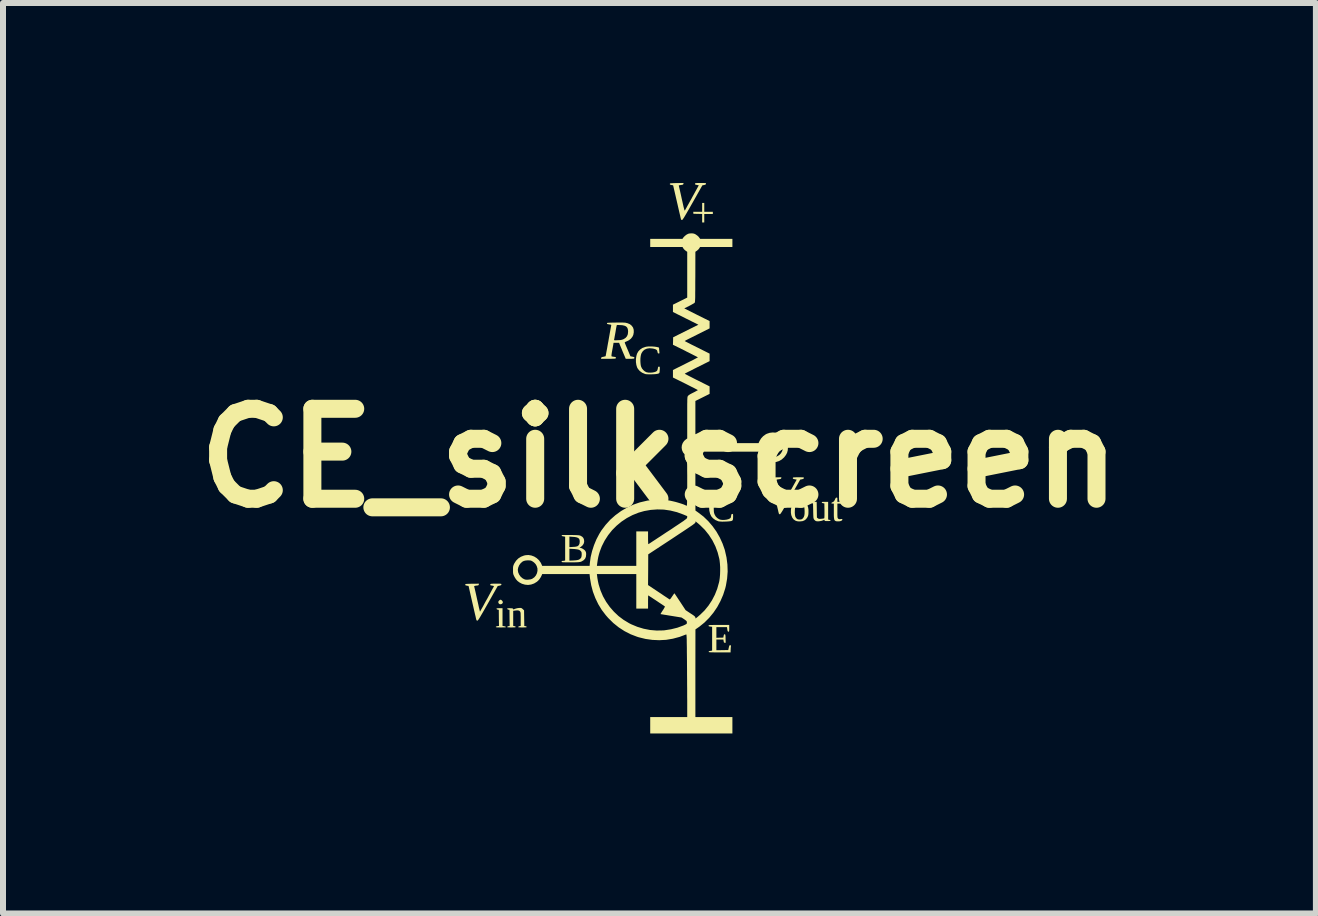
<source format=kicad_pcb>
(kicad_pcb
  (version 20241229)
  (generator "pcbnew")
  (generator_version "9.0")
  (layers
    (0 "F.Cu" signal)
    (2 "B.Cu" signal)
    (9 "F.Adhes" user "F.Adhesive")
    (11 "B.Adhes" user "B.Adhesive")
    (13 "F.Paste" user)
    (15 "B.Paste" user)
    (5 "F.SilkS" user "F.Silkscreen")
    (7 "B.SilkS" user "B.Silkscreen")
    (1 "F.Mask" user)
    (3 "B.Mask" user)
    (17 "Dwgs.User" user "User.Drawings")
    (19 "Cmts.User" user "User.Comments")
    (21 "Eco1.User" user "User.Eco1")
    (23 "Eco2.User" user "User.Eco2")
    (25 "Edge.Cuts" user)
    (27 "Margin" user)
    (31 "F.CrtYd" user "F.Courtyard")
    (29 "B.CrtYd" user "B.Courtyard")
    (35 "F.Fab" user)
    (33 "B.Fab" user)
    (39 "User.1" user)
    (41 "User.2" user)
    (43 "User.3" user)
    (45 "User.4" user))
  (footprint "CE_silkscreen"
    (layer "F.Cu")
    (at 7.943 4.586)
    (property "Reference" "CE_silkscreen" (at 0 0 0) (layer "F.SilkS") (effects (font (size 1.5 1.5) (thickness 0.3))))
    (attr board_only exclude_from_pos_files exclude_from_bom)
    (fp_poly (pts (xy -2.636 2.366) (xy -2.623 2.377) (xy -2.614 2.391) (xy -2.61 2.402) (xy -2.615 2.419) (xy -2.628 2.431) (xy -2.644 2.437) (xy -2.662 2.436) (xy -2.676 2.427) (xy -2.678 2.425) (xy -2.685 2.41) (xy -2.687 2.399) (xy -2.682 2.386) (xy -2.671 2.373) (xy -2.657 2.363) (xy -2.647 2.361)) (stroke (width 0) (type solid)) (fill yes) (layer "F.SilkS"))
    (fp_poly (pts (xy 0.747 -4.179) (xy 0.747 -4.105) (xy 0.819 -4.105) (xy 0.89 -4.105) (xy 0.89 -4.087) (xy 0.89 -4.069) (xy 0.819 -4.069) (xy 0.747 -4.069) (xy 0.747 -3.998) (xy 0.747 -3.927) (xy 0.73 -3.927) (xy 0.712 -3.927) (xy 0.712 -3.998) (xy 0.712 -4.069) (xy 0.639 -4.071) (xy 0.566 -4.072) (xy 0.565 -4.088) (xy 0.563 -4.105) (xy 0.637 -4.105) (xy 0.712 -4.105) (xy 0.712 -4.179) (xy 0.712 -4.253) (xy 0.73 -4.253) (xy 0.747 -4.253)) (stroke (width 0) (type solid)) (fill yes) (layer "F.SilkS"))
    (fp_poly (pts (xy -2.616 2.651) (xy -2.616 2.798) (xy -2.588 2.803) (xy -2.571 2.808) (xy -2.56 2.814) (xy -2.558 2.816) (xy -2.56 2.819) (xy -2.568 2.821) (xy -2.585 2.823) (xy -2.61 2.823) (xy -2.642 2.824) (xy -2.677 2.823) (xy -2.701 2.823) (xy -2.717 2.821) (xy -2.725 2.819) (xy -2.728 2.816) (xy -2.729 2.815) (xy -2.723 2.808) (xy -2.706 2.803) (xy -2.702 2.802) (xy -2.675 2.798) (xy -2.677 2.664) (xy -2.678 2.53) (xy -2.696 2.527) (xy -2.71 2.521) (xy -2.716 2.514) (xy -2.715 2.509) (xy -2.711 2.505) (xy -2.7 2.504) (xy -2.68 2.503) (xy -2.667 2.503) (xy -2.616 2.503)) (stroke (width 0) (type solid)) (fill yes) (layer "F.SilkS"))
    (fp_poly (pts (xy 2.96 0.659) (xy 2.964 0.664) (xy 2.966 0.675) (xy 2.966 0.694) (xy 2.966 0.73) (xy 3.001 0.73) (xy 3.021 0.73) (xy 3.032 0.732) (xy 3.036 0.736) (xy 3.037 0.744) (xy 3.037 0.744) (xy 3.036 0.753) (xy 3.032 0.757) (xy 3.022 0.759) (xy 3.003 0.759) (xy 3.001 0.759) (xy 2.966 0.759) (xy 2.966 0.878) (xy 2.966 0.918) (xy 2.966 0.949) (xy 2.967 0.971) (xy 2.968 0.986) (xy 2.97 0.996) (xy 2.973 1.002) (xy 2.977 1.007) (xy 2.978 1.009) (xy 2.988 1.016) (xy 2.999 1.019) (xy 3.017 1.018) (xy 3.02 1.017) (xy 3.037 1.015) (xy 3.046 1.016) (xy 3.049 1.021) (xy 3.049 1.026) (xy 3.044 1.037) (xy 3.029 1.047) (xy 3.028 1.047) (xy 3.009 1.053) (xy 2.985 1.055) (xy 2.961 1.055) (xy 2.942 1.052) (xy 2.935 1.049) (xy 2.926 1.043) (xy 2.919 1.035) (xy 2.914 1.023) (xy 2.911 1.006) (xy 2.908 0.982) (xy 2.907 0.95) (xy 2.907 0.908) (xy 2.907 0.884) (xy 2.907 0.759) (xy 2.886 0.759) (xy 2.87 0.757) (xy 2.865 0.751) (xy 2.871 0.743) (xy 2.887 0.735) (xy 2.888 0.734) (xy 2.902 0.727) (xy 2.912 0.717) (xy 2.922 0.699) (xy 2.925 0.692) (xy 2.934 0.673) (xy 2.942 0.662) (xy 2.951 0.659) (xy 2.953 0.659)) (stroke (width 0) (type solid)) (fill yes) (layer "F.SilkS"))
    (fp_poly (pts (xy 2.358 0.724) (xy 2.394 0.731) (xy 2.412 0.738) (xy 2.441 0.758) (xy 2.463 0.784) (xy 2.477 0.817) (xy 2.484 0.859) (xy 2.484 0.903) (xy 2.483 0.932) (xy 2.48 0.952) (xy 2.475 0.968) (xy 2.467 0.985) (xy 2.464 0.991) (xy 2.442 1.02) (xy 2.415 1.04) (xy 2.382 1.052) (xy 2.34 1.056) (xy 2.338 1.056) (xy 2.309 1.055) (xy 2.288 1.051) (xy 2.269 1.044) (xy 2.266 1.043) (xy 2.236 1.022) (xy 2.214 0.993) (xy 2.199 0.955) (xy 2.197 0.949) (xy 2.191 0.908) (xy 2.256 0.908) (xy 2.258 0.939) (xy 2.262 0.965) (xy 2.267 0.983) (xy 2.267 0.983) (xy 2.285 1.007) (xy 2.305 1.021) (xy 2.331 1.025) (xy 2.343 1.025) (xy 2.364 1.022) (xy 2.378 1.016) (xy 2.39 1.005) (xy 2.391 1.004) (xy 2.405 0.985) (xy 2.414 0.961) (xy 2.419 0.931) (xy 2.42 0.892) (xy 2.42 0.891) (xy 2.418 0.845) (xy 2.411 0.81) (xy 2.399 0.784) (xy 2.382 0.767) (xy 2.358 0.757) (xy 2.346 0.755) (xy 2.315 0.756) (xy 2.291 0.767) (xy 2.272 0.788) (xy 2.268 0.797) (xy 2.262 0.816) (xy 2.259 0.844) (xy 2.257 0.875) (xy 2.256 0.908) (xy 2.191 0.908) (xy 2.191 0.905) (xy 2.192 0.857) (xy 2.201 0.811) (xy 2.212 0.788) (xy 2.23 0.765) (xy 2.253 0.745) (xy 2.276 0.732) (xy 2.281 0.73) (xy 2.319 0.724)) (stroke (width 0) (type solid)) (fill yes) (layer "F.SilkS"))
    (fp_poly (pts (xy 2.623 0.861) (xy 2.625 0.992) (xy 2.64 1.004) (xy 2.649 1.01) (xy 2.66 1.013) (xy 2.676 1.014) (xy 2.698 1.012) (xy 2.72 1.01) (xy 2.738 1.007) (xy 2.747 1.004) (xy 2.747 1.004) (xy 2.749 0.997) (xy 2.75 0.979) (xy 2.751 0.954) (xy 2.751 0.922) (xy 2.751 0.886) (xy 2.751 0.877) (xy 2.749 0.756) (xy 2.729 0.753) (xy 2.712 0.748) (xy 2.706 0.74) (xy 2.706 0.735) (xy 2.711 0.732) (xy 2.721 0.73) (xy 2.74 0.73) (xy 2.758 0.73) (xy 2.812 0.73) (xy 2.812 0.877) (xy 2.812 1.025) (xy 2.832 1.029) (xy 2.847 1.034) (xy 2.853 1.041) (xy 2.853 1.041) (xy 2.851 1.046) (xy 2.842 1.048) (xy 2.826 1.05) (xy 2.803 1.05) (xy 2.778 1.05) (xy 2.763 1.049) (xy 2.755 1.046) (xy 2.753 1.042) (xy 2.752 1.038) (xy 2.752 1.032) (xy 2.748 1.03) (xy 2.739 1.033) (xy 2.724 1.039) (xy 2.7 1.047) (xy 2.672 1.052) (xy 2.644 1.055) (xy 2.62 1.053) (xy 2.605 1.049) (xy 2.591 1.038) (xy 2.578 1.024) (xy 2.578 1.024) (xy 2.574 1.018) (xy 2.571 1.01) (xy 2.568 1) (xy 2.566 0.985) (xy 2.565 0.963) (xy 2.564 0.934) (xy 2.563 0.894) (xy 2.563 0.882) (xy 2.56 0.756) (xy 2.542 0.753) (xy 2.528 0.748) (xy 2.522 0.74) (xy 2.522 0.735) (xy 2.527 0.732) (xy 2.538 0.73) (xy 2.558 0.73) (xy 2.571 0.73) (xy 2.621 0.73)) (stroke (width 0) (type solid)) (fill yes) (layer "F.SilkS"))
    (fp_poly (pts (xy -2.307 2.499) (xy -2.297 2.503) (xy -2.285 2.512) (xy -2.28 2.517) (xy -2.257 2.538) (xy -2.255 2.668) (xy -2.253 2.799) (xy -2.233 2.802) (xy -2.218 2.807) (xy -2.213 2.815) (xy -2.213 2.815) (xy -2.215 2.819) (xy -2.222 2.821) (xy -2.236 2.823) (xy -2.258 2.823) (xy -2.284 2.824) (xy -2.315 2.823) (xy -2.335 2.822) (xy -2.348 2.821) (xy -2.354 2.818) (xy -2.355 2.815) (xy -2.349 2.808) (xy -2.335 2.803) (xy -2.334 2.802) (xy -2.313 2.798) (xy -2.313 2.683) (xy -2.313 2.644) (xy -2.314 2.614) (xy -2.314 2.593) (xy -2.316 2.578) (xy -2.318 2.568) (xy -2.321 2.562) (xy -2.325 2.557) (xy -2.328 2.553) (xy -2.34 2.544) (xy -2.355 2.54) (xy -2.375 2.539) (xy -2.404 2.542) (xy -2.41 2.543) (xy -2.438 2.546) (xy -2.438 2.672) (xy -2.438 2.798) (xy -2.417 2.802) (xy -2.402 2.807) (xy -2.396 2.815) (xy -2.396 2.815) (xy -2.398 2.819) (xy -2.406 2.821) (xy -2.42 2.823) (xy -2.442 2.823) (xy -2.468 2.824) (xy -2.498 2.823) (xy -2.519 2.822) (xy -2.532 2.821) (xy -2.538 2.818) (xy -2.539 2.815) (xy -2.533 2.808) (xy -2.519 2.803) (xy -2.518 2.802) (xy -2.497 2.798) (xy -2.499 2.664) (xy -2.5 2.53) (xy -2.518 2.527) (xy -2.532 2.521) (xy -2.538 2.514) (xy -2.537 2.508) (xy -2.533 2.505) (xy -2.521 2.504) (xy -2.501 2.503) (xy -2.492 2.503) (xy -2.468 2.504) (xy -2.453 2.505) (xy -2.445 2.508) (xy -2.442 2.513) (xy -2.441 2.515) (xy -2.438 2.521) (xy -2.434 2.523) (xy -2.424 2.52) (xy -2.41 2.514) (xy -2.388 2.507) (xy -2.361 2.501) (xy -2.342 2.499) (xy -2.321 2.498)) (stroke (width 0) (type solid)) (fill yes) (layer "F.SilkS"))
    (fp_poly (pts (xy 1.095 0.597) (xy 1.13 0.599) (xy 1.161 0.601) (xy 1.187 0.604) (xy 1.204 0.608) (xy 1.208 0.61) (xy 1.211 0.617) (xy 1.215 0.634) (xy 1.218 0.655) (xy 1.219 0.663) (xy 1.223 0.712) (xy 1.208 0.712) (xy 1.199 0.711) (xy 1.193 0.705) (xy 1.19 0.692) (xy 1.189 0.682) (xy 1.186 0.666) (xy 1.182 0.656) (xy 1.173 0.649) (xy 1.157 0.642) (xy 1.152 0.64) (xy 1.118 0.631) (xy 1.081 0.627) (xy 1.043 0.627) (xy 1.009 0.632) (xy 0.991 0.639) (xy 0.961 0.656) (xy 0.938 0.68) (xy 0.922 0.711) (xy 0.911 0.75) (xy 0.906 0.798) (xy 0.905 0.833) (xy 0.906 0.867) (xy 0.907 0.892) (xy 0.91 0.911) (xy 0.915 0.929) (xy 0.919 0.939) (xy 0.937 0.972) (xy 0.963 0.999) (xy 0.994 1.019) (xy 1.011 1.026) (xy 1.043 1.031) (xy 1.079 1.031) (xy 1.116 1.027) (xy 1.148 1.019) (xy 1.16 1.014) (xy 1.177 1.005) (xy 1.186 0.997) (xy 1.191 0.986) (xy 1.194 0.967) (xy 1.194 0.965) (xy 1.198 0.946) (xy 1.202 0.936) (xy 1.208 0.932) (xy 1.214 0.931) (xy 1.221 0.932) (xy 1.226 0.936) (xy 1.227 0.946) (xy 1.228 0.965) (xy 1.228 0.969) (xy 1.227 1) (xy 1.225 1.021) (xy 1.221 1.035) (xy 1.212 1.043) (xy 1.2 1.049) (xy 1.196 1.05) (xy 1.176 1.053) (xy 1.149 1.056) (xy 1.116 1.058) (xy 1.081 1.059) (xy 1.047 1.06) (xy 1.017 1.058) (xy 0.994 1.056) (xy 0.982 1.054) (xy 0.933 1.033) (xy 0.894 1.005) (xy 0.864 0.971) (xy 0.844 0.929) (xy 0.832 0.879) (xy 0.831 0.873) (xy 0.828 0.82) (xy 0.834 0.769) (xy 0.846 0.723) (xy 0.866 0.683) (xy 0.871 0.675) (xy 0.899 0.645) (xy 0.931 0.622) (xy 0.97 0.607) (xy 1.016 0.599) (xy 1.059 0.597)) (stroke (width 0) (type solid)) (fill yes) (layer "F.SilkS"))
    (fp_poly (pts (xy 1.163 2.839) (xy 1.163 2.865) (xy 1.162 2.881) (xy 1.16 2.89) (xy 1.157 2.894) (xy 1.151 2.894) (xy 1.149 2.894) (xy 1.142 2.891) (xy 1.137 2.884) (xy 1.133 2.87) (xy 1.131 2.855) (xy 1.126 2.818) (xy 1.038 2.818) (xy 0.949 2.818) (xy 0.949 2.907) (xy 0.949 2.996) (xy 1.007 2.994) (xy 1.065 2.993) (xy 1.07 2.964) (xy 1.074 2.947) (xy 1.079 2.939) (xy 1.086 2.937) (xy 1.088 2.937) (xy 1.093 2.939) (xy 1.097 2.943) (xy 1.099 2.952) (xy 1.101 2.967) (xy 1.102 2.991) (xy 1.102 3.009) (xy 1.104 3.079) (xy 1.089 3.079) (xy 1.08 3.077) (xy 1.074 3.071) (xy 1.071 3.056) (xy 1.07 3.052) (xy 1.066 3.025) (xy 1.008 3.025) (xy 0.949 3.025) (xy 0.949 3.114) (xy 0.949 3.203) (xy 1.048 3.202) (xy 1.147 3.2) (xy 1.156 3.16) (xy 1.161 3.139) (xy 1.165 3.127) (xy 1.17 3.121) (xy 1.178 3.12) (xy 1.179 3.12) (xy 1.188 3.121) (xy 1.192 3.125) (xy 1.192 3.136) (xy 1.19 3.148) (xy 1.188 3.171) (xy 1.187 3.197) (xy 1.186 3.207) (xy 1.186 3.239) (xy 1.002 3.239) (xy 0.95 3.239) (xy 0.909 3.239) (xy 0.878 3.238) (xy 0.855 3.238) (xy 0.838 3.237) (xy 0.828 3.235) (xy 0.822 3.234) (xy 0.82 3.231) (xy 0.82 3.228) (xy 0.82 3.228) (xy 0.827 3.22) (xy 0.836 3.216) (xy 0.854 3.214) (xy 0.865 3.212) (xy 0.878 3.209) (xy 0.878 3.011) (xy 0.878 2.813) (xy 0.848 2.809) (xy 0.83 2.806) (xy 0.821 2.802) (xy 0.819 2.794) (xy 0.819 2.794) (xy 0.819 2.79) (xy 0.821 2.788) (xy 0.826 2.786) (xy 0.835 2.784) (xy 0.85 2.783) (xy 0.871 2.783) (xy 0.9 2.782) (xy 0.939 2.782) (xy 0.988 2.782) (xy 0.991 2.782) (xy 1.163 2.782)) (stroke (width 0) (type solid)) (fill yes) (layer "F.SilkS"))
    (fp_poly (pts (xy -0.117 -1.86) (xy -0.079 -1.857) (xy -0.045 -1.852) (xy -0.036 -1.85) (xy -0.018 -1.846) (xy -0.009 -1.841) (xy -0.006 -1.833) (xy -0.006 -1.825) (xy -0.005 -1.808) (xy -0.003 -1.786) (xy -0.002 -1.775) (xy -0.000232 -1.757) (xy -0.001 -1.748) (xy -0.005 -1.744) (xy -0.013 -1.744) (xy -0.023 -1.745) (xy -0.028 -1.752) (xy -0.032 -1.766) (xy -0.033 -1.772) (xy -0.038 -1.79) (xy -0.045 -1.801) (xy -0.058 -1.81) (xy -0.06 -1.811) (xy -0.078 -1.818) (xy -0.102 -1.824) (xy -0.119 -1.827) (xy -0.167 -1.831) (xy -0.21 -1.824) (xy -0.247 -1.808) (xy -0.276 -1.783) (xy -0.298 -1.75) (xy -0.307 -1.726) (xy -0.313 -1.697) (xy -0.317 -1.661) (xy -0.318 -1.622) (xy -0.316 -1.583) (xy -0.312 -1.549) (xy -0.306 -1.525) (xy -0.292 -1.495) (xy -0.27 -1.468) (xy -0.245 -1.446) (xy -0.219 -1.432) (xy -0.216 -1.431) (xy -0.186 -1.425) (xy -0.153 -1.424) (xy -0.119 -1.426) (xy -0.087 -1.432) (xy -0.06 -1.441) (xy -0.042 -1.453) (xy -0.035 -1.465) (xy -0.029 -1.484) (xy -0.027 -1.494) (xy -0.024 -1.512) (xy -0.02 -1.521) (xy -0.013 -1.524) (xy -0.008 -1.524) (xy -0.000298 -1.524) (xy 0.004 -1.519) (xy 0.006 -1.508) (xy 0.006 -1.49) (xy 0.005 -1.467) (xy 0.003 -1.444) (xy 0.002 -1.435) (xy -0.001 -1.42) (xy -0.009 -1.412) (xy -0.024 -1.407) (xy -0.026 -1.406) (xy -0.046 -1.402) (xy -0.073 -1.399) (xy -0.106 -1.397) (xy -0.141 -1.396) (xy -0.175 -1.396) (xy -0.205 -1.397) (xy -0.228 -1.399) (xy -0.24 -1.402) (xy -0.289 -1.423) (xy -0.328 -1.451) (xy -0.358 -1.486) (xy -0.372 -1.51) (xy -0.385 -1.552) (xy -0.392 -1.599) (xy -0.392 -1.65) (xy -0.385 -1.7) (xy -0.374 -1.739) (xy -0.353 -1.777) (xy -0.323 -1.809) (xy -0.285 -1.835) (xy -0.238 -1.852) (xy -0.216 -1.857) (xy -0.189 -1.86) (xy -0.155 -1.861)) (stroke (width 0) (type solid)) (fill yes) (layer "F.SilkS"))
    (fp_poly (pts (xy 0.399 -4.571) (xy 0.396 -4.563) (xy 0.39 -4.558) (xy 0.378 -4.555) (xy 0.358 -4.552) (xy 0.336 -4.549) (xy 0.324 -4.545) (xy 0.322 -4.542) (xy 0.324 -4.534) (xy 0.328 -4.517) (xy 0.334 -4.491) (xy 0.342 -4.457) (xy 0.351 -4.417) (xy 0.361 -4.372) (xy 0.371 -4.325) (xy 0.384 -4.269) (xy 0.394 -4.223) (xy 0.402 -4.187) (xy 0.409 -4.161) (xy 0.414 -4.142) (xy 0.418 -4.131) (xy 0.421 -4.126) (xy 0.424 -4.127) (xy 0.428 -4.134) (xy 0.437 -4.151) (xy 0.451 -4.175) (xy 0.468 -4.207) (xy 0.489 -4.244) (xy 0.512 -4.286) (xy 0.537 -4.33) (xy 0.543 -4.342) (xy 0.656 -4.547) (xy 0.624 -4.553) (xy 0.607 -4.557) (xy 0.596 -4.561) (xy 0.593 -4.563) (xy 0.593 -4.573) (xy 0.593 -4.576) (xy 0.595 -4.58) (xy 0.601 -4.582) (xy 0.612 -4.584) (xy 0.632 -4.585) (xy 0.66 -4.585) (xy 0.686 -4.585) (xy 0.72 -4.585) (xy 0.745 -4.585) (xy 0.761 -4.584) (xy 0.771 -4.583) (xy 0.775 -4.58) (xy 0.776 -4.576) (xy 0.776 -4.572) (xy 0.772 -4.563) (xy 0.763 -4.557) (xy 0.745 -4.552) (xy 0.744 -4.552) (xy 0.715 -4.546) (xy 0.552 -4.257) (xy 0.516 -4.194) (xy 0.486 -4.141) (xy 0.46 -4.096) (xy 0.439 -4.06) (xy 0.422 -4.031) (xy 0.408 -4.008) (xy 0.397 -3.992) (xy 0.389 -3.98) (xy 0.383 -3.973) (xy 0.378 -3.969) (xy 0.375 -3.968) (xy 0.364 -3.972) (xy 0.358 -3.985) (xy 0.356 -3.994) (xy 0.351 -4.013) (xy 0.345 -4.041) (xy 0.336 -4.078) (xy 0.326 -4.121) (xy 0.315 -4.169) (xy 0.303 -4.222) (xy 0.291 -4.274) (xy 0.228 -4.547) (xy 0.2 -4.552) (xy 0.183 -4.556) (xy 0.175 -4.561) (xy 0.173 -4.568) (xy 0.173 -4.57) (xy 0.174 -4.574) (xy 0.177 -4.577) (xy 0.184 -4.58) (xy 0.195 -4.581) (xy 0.213 -4.582) (xy 0.239 -4.583) (xy 0.275 -4.584) (xy 0.288 -4.584) (xy 0.402 -4.586)) (stroke (width 0) (type solid)) (fill yes) (layer "F.SilkS"))
    (fp_poly (pts (xy 2.03 0.334) (xy 2.028 0.342) (xy 2.021 0.347) (xy 2.009 0.35) (xy 1.989 0.353) (xy 1.966 0.356) (xy 1.954 0.361) (xy 1.953 0.364) (xy 1.955 0.371) (xy 1.959 0.388) (xy 1.965 0.415) (xy 1.973 0.449) (xy 1.982 0.489) (xy 1.992 0.534) (xy 2.002 0.58) (xy 2.015 0.637) (xy 2.025 0.682) (xy 2.034 0.718) (xy 2.04 0.745) (xy 2.046 0.764) (xy 2.05 0.775) (xy 2.053 0.78) (xy 2.055 0.779) (xy 2.059 0.771) (xy 2.068 0.755) (xy 2.082 0.73) (xy 2.1 0.699) (xy 2.12 0.662) (xy 2.143 0.62) (xy 2.168 0.575) (xy 2.174 0.564) (xy 2.288 0.359) (xy 2.256 0.353) (xy 2.238 0.349) (xy 2.227 0.345) (xy 2.224 0.343) (xy 2.224 0.333) (xy 2.224 0.329) (xy 2.226 0.326) (xy 2.232 0.323) (xy 2.244 0.322) (xy 2.263 0.321) (xy 2.291 0.32) (xy 2.317 0.32) (xy 2.352 0.32) (xy 2.376 0.321) (xy 2.393 0.321) (xy 2.402 0.323) (xy 2.407 0.326) (xy 2.408 0.329) (xy 2.407 0.334) (xy 2.404 0.342) (xy 2.394 0.348) (xy 2.376 0.353) (xy 2.376 0.353) (xy 2.346 0.359) (xy 2.183 0.648) (xy 2.147 0.711) (xy 2.117 0.765) (xy 2.091 0.809) (xy 2.07 0.846) (xy 2.053 0.875) (xy 2.039 0.897) (xy 2.028 0.914) (xy 2.02 0.925) (xy 2.014 0.933) (xy 2.009 0.936) (xy 2.007 0.937) (xy 1.995 0.933) (xy 1.989 0.921) (xy 1.987 0.912) (xy 1.982 0.893) (xy 1.976 0.864) (xy 1.967 0.828) (xy 1.957 0.785) (xy 1.946 0.736) (xy 1.934 0.683) (xy 1.922 0.632) (xy 1.86 0.359) (xy 1.831 0.353) (xy 1.814 0.349) (xy 1.806 0.344) (xy 1.804 0.337) (xy 1.804 0.336) (xy 1.806 0.331) (xy 1.808 0.328) (xy 1.815 0.326) (xy 1.826 0.324) (xy 1.844 0.323) (xy 1.87 0.322) (xy 1.906 0.322) (xy 1.92 0.322) (xy 2.033 0.32)) (stroke (width 0) (type solid)) (fill yes) (layer "F.SilkS"))
    (fp_poly (pts (xy -3.012 2.108) (xy -3.014 2.116) (xy -3.021 2.121) (xy -3.033 2.124) (xy -3.053 2.126) (xy -3.076 2.13) (xy -3.088 2.134) (xy -3.089 2.137) (xy -3.087 2.145) (xy -3.083 2.162) (xy -3.077 2.188) (xy -3.069 2.222) (xy -3.06 2.262) (xy -3.05 2.307) (xy -3.04 2.353) (xy -3.029 2.401) (xy -3.019 2.445) (xy -3.011 2.484) (xy -3.003 2.516) (xy -2.997 2.54) (xy -2.993 2.556) (xy -2.992 2.561) (xy -2.988 2.555) (xy -2.98 2.54) (xy -2.967 2.517) (xy -2.951 2.489) (xy -2.932 2.455) (xy -2.912 2.417) (xy -2.89 2.377) (xy -2.867 2.337) (xy -2.845 2.296) (xy -2.824 2.257) (xy -2.805 2.222) (xy -2.788 2.19) (xy -2.774 2.165) (xy -2.764 2.147) (xy -2.759 2.136) (xy -2.758 2.135) (xy -2.764 2.132) (xy -2.777 2.128) (xy -2.786 2.127) (xy -2.806 2.123) (xy -2.817 2.12) (xy -2.821 2.115) (xy -2.82 2.107) (xy -2.819 2.106) (xy -2.817 2.101) (xy -2.814 2.098) (xy -2.806 2.096) (xy -2.792 2.095) (xy -2.771 2.094) (xy -2.741 2.094) (xy -2.725 2.094) (xy -2.69 2.094) (xy -2.665 2.094) (xy -2.649 2.095) (xy -2.64 2.097) (xy -2.635 2.099) (xy -2.634 2.103) (xy -2.635 2.107) (xy -2.638 2.116) (xy -2.648 2.122) (xy -2.666 2.127) (xy -2.666 2.127) (xy -2.696 2.133) (xy -2.859 2.422) (xy -2.895 2.485) (xy -2.925 2.538) (xy -2.951 2.583) (xy -2.972 2.619) (xy -2.989 2.648) (xy -3.003 2.671) (xy -3.014 2.688) (xy -3.022 2.699) (xy -3.028 2.706) (xy -3.033 2.71) (xy -3.035 2.711) (xy -3.047 2.707) (xy -3.053 2.695) (xy -3.055 2.686) (xy -3.06 2.666) (xy -3.066 2.638) (xy -3.075 2.601) (xy -3.085 2.558) (xy -3.096 2.51) (xy -3.108 2.457) (xy -3.12 2.405) (xy -3.182 2.132) (xy -3.211 2.127) (xy -3.228 2.123) (xy -3.236 2.118) (xy -3.238 2.111) (xy -3.238 2.109) (xy -3.236 2.105) (xy -3.234 2.102) (xy -3.227 2.099) (xy -3.216 2.098) (xy -3.198 2.097) (xy -3.172 2.096) (xy -3.136 2.095) (xy -3.122 2.095) (xy -3.009 2.094)) (stroke (width 0) (type solid)) (fill yes) (layer "F.SilkS"))
    (fp_poly (pts (xy -1.537 1.282) (xy -1.494 1.282) (xy -1.485 1.282) (xy -1.439 1.283) (xy -1.403 1.284) (xy -1.376 1.285) (xy -1.356 1.286) (xy -1.341 1.288) (xy -1.33 1.29) (xy -1.32 1.293) (xy -1.311 1.297) (xy -1.309 1.298) (xy -1.284 1.314) (xy -1.268 1.333) (xy -1.258 1.359) (xy -1.257 1.365) (xy -1.255 1.398) (xy -1.264 1.429) (xy -1.283 1.457) (xy -1.31 1.48) (xy -1.316 1.483) (xy -1.328 1.49) (xy -1.33 1.494) (xy -1.325 1.495) (xy -1.307 1.499) (xy -1.284 1.509) (xy -1.262 1.523) (xy -1.243 1.539) (xy -1.237 1.547) (xy -1.228 1.563) (xy -1.223 1.581) (xy -1.222 1.604) (xy -1.222 1.606) (xy -1.226 1.646) (xy -1.24 1.678) (xy -1.264 1.703) (xy -1.297 1.723) (xy -1.313 1.729) (xy -1.324 1.732) (xy -1.339 1.734) (xy -1.358 1.736) (xy -1.383 1.737) (xy -1.417 1.738) (xy -1.459 1.738) (xy -1.486 1.738) (xy -1.531 1.738) (xy -1.566 1.738) (xy -1.591 1.737) (xy -1.609 1.737) (xy -1.621 1.735) (xy -1.627 1.733) (xy -1.63 1.731) (xy -1.631 1.727) (xy -1.631 1.726) (xy -1.628 1.717) (xy -1.617 1.714) (xy -1.615 1.714) (xy -1.597 1.713) (xy -1.585 1.711) (xy -1.572 1.707) (xy -1.572 1.511) (xy -1.501 1.511) (xy -1.501 1.61) (xy -1.501 1.71) (xy -1.433 1.707) (xy -1.395 1.704) (xy -1.368 1.7) (xy -1.349 1.695) (xy -1.342 1.693) (xy -1.32 1.678) (xy -1.305 1.66) (xy -1.298 1.635) (xy -1.296 1.607) (xy -1.297 1.585) (xy -1.299 1.57) (xy -1.304 1.56) (xy -1.314 1.549) (xy -1.314 1.548) (xy -1.326 1.538) (xy -1.34 1.53) (xy -1.358 1.524) (xy -1.383 1.52) (xy -1.417 1.516) (xy -1.437 1.515) (xy -1.501 1.511) (xy -1.572 1.511) (xy -1.572 1.509) (xy -1.572 1.311) (xy -1.581 1.309) (xy -1.501 1.309) (xy -1.501 1.397) (xy -1.501 1.485) (xy -1.442 1.481) (xy -1.408 1.479) (xy -1.382 1.474) (xy -1.365 1.469) (xy -1.345 1.452) (xy -1.333 1.427) (xy -1.329 1.394) (xy -1.329 1.393) (xy -1.331 1.367) (xy -1.339 1.347) (xy -1.354 1.333) (xy -1.376 1.323) (xy -1.409 1.316) (xy -1.445 1.313) (xy -1.501 1.309) (xy -1.581 1.309) (xy -1.585 1.308) (xy -1.602 1.305) (xy -1.613 1.304) (xy -1.626 1.298) (xy -1.63 1.291) (xy -1.63 1.288) (xy -1.628 1.285) (xy -1.622 1.284) (xy -1.612 1.282) (xy -1.595 1.282) (xy -1.571 1.282)) (stroke (width 0) (type solid)) (fill yes) (layer "F.SilkS"))
    (fp_poly (pts (xy -0.611 -2.259) (xy -0.589 -2.258) (xy -0.571 -2.257) (xy -0.557 -2.254) (xy -0.544 -2.251) (xy -0.532 -2.248) (xy -0.492 -2.231) (xy -0.462 -2.206) (xy -0.44 -2.175) (xy -0.429 -2.138) (xy -0.428 -2.096) (xy -0.436 -2.053) (xy -0.452 -2.02) (xy -0.477 -1.989) (xy -0.509 -1.964) (xy -0.545 -1.946) (xy -0.565 -1.938) (xy -0.576 -1.931) (xy -0.579 -1.925) (xy -0.578 -1.923) (xy -0.575 -1.914) (xy -0.568 -1.897) (xy -0.558 -1.872) (xy -0.545 -1.842) (xy -0.531 -1.809) (xy -0.529 -1.805) (xy -0.484 -1.697) (xy -0.449 -1.69) (xy -0.429 -1.685) (xy -0.419 -1.68) (xy -0.418 -1.675) (xy -0.418 -1.674) (xy -0.421 -1.663) (xy -0.421 -1.66) (xy -0.427 -1.658) (xy -0.442 -1.657) (xy -0.464 -1.655) (xy -0.492 -1.655) (xy -0.492 -1.655) (xy -0.562 -1.655) (xy -0.599 -1.742) (xy -0.614 -1.777) (xy -0.628 -1.812) (xy -0.641 -1.843) (xy -0.652 -1.869) (xy -0.655 -1.876) (xy -0.673 -1.922) (xy -0.719 -1.922) (xy -0.765 -1.922) (xy -0.768 -1.903) (xy -0.77 -1.89) (xy -0.774 -1.869) (xy -0.779 -1.84) (xy -0.785 -1.808) (xy -0.788 -1.791) (xy -0.795 -1.752) (xy -0.799 -1.723) (xy -0.8 -1.705) (xy -0.799 -1.696) (xy -0.798 -1.696) (xy -0.789 -1.693) (xy -0.773 -1.69) (xy -0.757 -1.688) (xy -0.738 -1.685) (xy -0.728 -1.681) (xy -0.726 -1.676) (xy -0.726 -1.675) (xy -0.729 -1.664) (xy -0.73 -1.66) (xy -0.735 -1.659) (xy -0.751 -1.657) (xy -0.776 -1.656) (xy -0.809 -1.655) (xy -0.847 -1.655) (xy -0.852 -1.655) (xy -0.974 -1.655) (xy -0.972 -1.668) (xy -0.969 -1.676) (xy -0.961 -1.682) (xy -0.945 -1.687) (xy -0.935 -1.688) (xy -0.916 -1.693) (xy -0.903 -1.696) (xy -0.898 -1.698) (xy -0.896 -1.704) (xy -0.893 -1.721) (xy -0.888 -1.747) (xy -0.882 -1.781) (xy -0.874 -1.822) (xy -0.866 -1.868) (xy -0.857 -1.919) (xy -0.851 -1.949) (xy -0.848 -1.968) (xy -0.756 -1.968) (xy -0.754 -1.965) (xy -0.745 -1.964) (xy -0.73 -1.963) (xy -0.706 -1.964) (xy -0.695 -1.965) (xy -0.663 -1.966) (xy -0.639 -1.969) (xy -0.62 -1.974) (xy -0.602 -1.981) (xy -0.598 -1.982) (xy -0.565 -2.003) (xy -0.541 -2.031) (xy -0.527 -2.065) (xy -0.523 -2.106) (xy -0.523 -2.121) (xy -0.528 -2.153) (xy -0.539 -2.177) (xy -0.557 -2.195) (xy -0.584 -2.207) (xy -0.62 -2.215) (xy -0.653 -2.217) (xy -0.68 -2.218) (xy -0.697 -2.219) (xy -0.707 -2.217) (xy -0.711 -2.214) (xy -0.714 -2.209) (xy -0.714 -2.206) (xy -0.716 -2.196) (xy -0.72 -2.176) (xy -0.725 -2.149) (xy -0.73 -2.117) (xy -0.735 -2.088) (xy -0.741 -2.054) (xy -0.747 -2.023) (xy -0.751 -1.998) (xy -0.755 -1.98) (xy -0.756 -1.973) (xy -0.756 -1.968) (xy -0.848 -1.968) (xy -0.842 -2.002) (xy -0.833 -2.052) (xy -0.825 -2.098) (xy -0.818 -2.137) (xy -0.812 -2.169) (xy -0.807 -2.193) (xy -0.805 -2.207) (xy -0.804 -2.211) (xy -0.803 -2.218) (xy -0.807 -2.222) (xy -0.818 -2.225) (xy -0.838 -2.228) (xy -0.858 -2.232) (xy -0.87 -2.235) (xy -0.874 -2.241) (xy -0.875 -2.245) (xy -0.875 -2.249) (xy -0.872 -2.252) (xy -0.867 -2.254) (xy -0.858 -2.255) (xy -0.842 -2.256) (xy -0.819 -2.257) (xy -0.788 -2.258) (xy -0.747 -2.258) (xy -0.724 -2.259) (xy -0.677 -2.259) (xy -0.639 -2.259)) (stroke (width 0) (type solid)) (fill yes) (layer "F.SilkS"))
    (fp_poly (pts (xy 0.556 -3.745) (xy 0.575 -3.741) (xy 0.594 -3.734) (xy 0.605 -3.727) (xy 0.63 -3.71) (xy 0.653 -3.689) (xy 0.658 -3.682) (xy 0.679 -3.654) (xy 0.948 -3.654) (xy 1.216 -3.654) (xy 1.216 -3.586) (xy 1.216 -3.518) (xy 0.947 -3.518) (xy 0.677 -3.518) (xy 0.664 -3.497) (xy 0.652 -3.481) (xy 0.634 -3.464) (xy 0.625 -3.457) (xy 0.599 -3.439) (xy 0.598 -3.019) (xy 0.597 -2.938) (xy 0.597 -2.868) (xy 0.597 -2.809) (xy 0.596 -2.758) (xy 0.596 -2.717) (xy 0.596 -2.683) (xy 0.595 -2.656) (xy 0.594 -2.635) (xy 0.593 -2.619) (xy 0.592 -2.607) (xy 0.591 -2.599) (xy 0.589 -2.594) (xy 0.587 -2.59) (xy 0.585 -2.588) (xy 0.584 -2.587) (xy 0.575 -2.58) (xy 0.557 -2.57) (xy 0.533 -2.556) (xy 0.505 -2.541) (xy 0.493 -2.535) (xy 0.414 -2.495) (xy 0.625 -2.389) (xy 0.836 -2.284) (xy 0.836 -2.223) (xy 0.836 -2.162) (xy 0.629 -2.058) (xy 0.583 -2.035) (xy 0.541 -2.014) (xy 0.503 -1.995) (xy 0.471 -1.979) (xy 0.446 -1.966) (xy 0.429 -1.956) (xy 0.422 -1.952) (xy 0.421 -1.952) (xy 0.426 -1.948) (xy 0.441 -1.94) (xy 0.464 -1.928) (xy 0.494 -1.913) (xy 0.53 -1.894) (xy 0.571 -1.874) (xy 0.616 -1.851) (xy 0.629 -1.845) (xy 0.836 -1.741) (xy 0.836 -1.679) (xy 0.836 -1.616) (xy 0.629 -1.513) (xy 0.583 -1.49) (xy 0.541 -1.468) (xy 0.503 -1.449) (xy 0.471 -1.433) (xy 0.446 -1.42) (xy 0.429 -1.411) (xy 0.422 -1.406) (xy 0.421 -1.406) (xy 0.426 -1.403) (xy 0.441 -1.395) (xy 0.464 -1.383) (xy 0.494 -1.367) (xy 0.53 -1.349) (xy 0.571 -1.328) (xy 0.616 -1.305) (xy 0.629 -1.299) (xy 0.836 -1.195) (xy 0.836 -1.133) (xy 0.836 -1.07) (xy 0.718 -1.011) (xy 0.599 -0.952) (xy 0.599 -0.64) (xy 0.599 -0.328) (xy 0.622 -0.312) (xy 0.641 -0.296) (xy 0.658 -0.277) (xy 0.662 -0.272) (xy 0.678 -0.249) (xy 1.165 -0.249) (xy 1.652 -0.249) (xy 1.669 -0.286) (xy 1.694 -0.327) (xy 1.728 -0.364) (xy 1.769 -0.394) (xy 1.79 -0.405) (xy 1.838 -0.421) (xy 1.889 -0.427) (xy 1.94 -0.423) (xy 1.972 -0.415) (xy 2.021 -0.393) (xy 2.063 -0.362) (xy 2.097 -0.323) (xy 2.122 -0.278) (xy 2.138 -0.228) (xy 2.142 -0.179) (xy 2.139 -0.131) (xy 2.128 -0.089) (xy 2.108 -0.051) (xy 2.079 -0.013) (xy 2.076 -0.01) (xy 2.037 0.025) (xy 1.993 0.05) (xy 1.946 0.065) (xy 1.898 0.07) (xy 1.851 0.066) (xy 1.804 0.053) (xy 1.761 0.032) (xy 1.722 0.001) (xy 1.689 -0.038) (xy 1.666 -0.078) (xy 1.653 -0.107) (xy 1.167 -0.107) (xy 0.681 -0.107) (xy 0.652 -0.074) (xy 0.636 -0.058) (xy 0.621 -0.045) (xy 0.611 -0.039) (xy 0.611 -0.038) (xy 0.609 -0.038) (xy 0.607 -0.036) (xy 0.605 -0.032) (xy 0.604 -0.026) (xy 0.603 -0.016) (xy 0.602 -0.003) (xy 0.601 0.016) (xy 0.6 0.04) (xy 0.6 0.07) (xy 0.6 0.108) (xy 0.599 0.154) (xy 0.599 0.209) (xy 0.599 0.273) (xy 0.599 0.348) (xy 0.599 0.42) (xy 0.6 0.875) (xy 0.648 0.909) (xy 0.734 0.975) (xy 0.813 1.051) (xy 0.885 1.135) (xy 0.95 1.226) (xy 1.006 1.324) (xy 1.052 1.425) (xy 1.089 1.53) (xy 1.091 1.539) (xy 1.118 1.657) (xy 1.133 1.774) (xy 1.137 1.892) (xy 1.128 2.009) (xy 1.108 2.126) (xy 1.097 2.171) (xy 1.062 2.28) (xy 1.017 2.384) (xy 0.963 2.484) (xy 0.9 2.577) (xy 0.829 2.663) (xy 0.75 2.742) (xy 0.665 2.811) (xy 0.649 2.822) (xy 0.6 2.856) (xy 0.599 3.587) (xy 0.599 4.318) (xy 0.908 4.318) (xy 1.216 4.318) (xy 1.216 4.455) (xy 1.216 4.591) (xy 0.531 4.591) (xy -0.154 4.591) (xy -0.154 4.455) (xy -0.154 4.318) (xy 0.154 4.318) (xy 0.463 4.318) (xy 0.463 4.082) (xy 0.463 4.036) (xy 0.462 3.979) (xy 0.462 3.914) (xy 0.462 3.842) (xy 0.461 3.765) (xy 0.461 3.684) (xy 0.46 3.601) (xy 0.46 3.518) (xy 0.459 3.436) (xy 0.459 3.391) (xy 0.458 3.306) (xy 0.457 3.233) (xy 0.457 3.169) (xy 0.456 3.116) (xy 0.455 3.071) (xy 0.455 3.034) (xy 0.454 3.005) (xy 0.453 2.982) (xy 0.452 2.965) (xy 0.451 2.953) (xy 0.45 2.945) (xy 0.448 2.941) (xy 0.447 2.94) (xy 0.445 2.94) (xy 0.336 2.981) (xy 0.224 3.011) (xy 0.111 3.03) (xy -0.003 3.036) (xy -0.118 3.031) (xy -0.232 3.015) (xy -0.346 2.987) (xy -0.374 2.978) (xy -0.481 2.937) (xy -0.582 2.885) (xy -0.678 2.823) (xy -0.769 2.75) (xy -0.853 2.667) (xy -0.895 2.619) (xy -0.962 2.531) (xy -1.02 2.436) (xy -1.069 2.334) (xy -1.109 2.228) (xy -1.138 2.118) (xy -1.157 2.007) (xy -1.158 2) (xy -1.165 1.934) (xy -1.043 1.934) (xy -1.04 1.956) (xy -1.034 2.004) (xy -1.027 2.044) (xy -1.02 2.078) (xy -1.013 2.109) (xy -0.982 2.208) (xy -0.941 2.304) (xy -0.889 2.396) (xy -0.828 2.482) (xy -0.759 2.561) (xy -0.682 2.634) (xy -0.598 2.697) (xy -0.507 2.752) (xy -0.472 2.77) (xy -0.369 2.813) (xy -0.263 2.845) (xy -0.156 2.866) (xy -0.048 2.875) (xy 0.06 2.873) (xy 0.084 2.871) (xy 0.193 2.854) (xy 0.298 2.828) (xy 0.397 2.792) (xy 0.417 2.783) (xy 0.437 2.773) (xy 0.449 2.766) (xy 0.455 2.759) (xy 0.457 2.75) (xy 0.457 2.741) (xy 0.456 2.729) (xy 0.453 2.72) (xy 0.446 2.712) (xy 0.433 2.702) (xy 0.413 2.687) (xy 0.368 2.658) (xy 0.195 2.63) (xy 0.151 2.623) (xy 0.111 2.616) (xy 0.076 2.611) (xy 0.048 2.606) (xy 0.029 2.603) (xy 0.019 2.601) (xy 0.018 2.6) (xy 0.02 2.595) (xy 0.028 2.582) (xy 0.04 2.562) (xy 0.055 2.539) (xy 0.056 2.538) (xy 0.071 2.515) (xy 0.082 2.495) (xy 0.09 2.48) (xy 0.091 2.474) (xy 0.091 2.474) (xy 0.084 2.469) (xy 0.07 2.459) (xy 0.048 2.444) (xy 0.022 2.427) (xy -0.008 2.407) (xy -0.039 2.386) (xy -0.072 2.364) (xy -0.103 2.344) (xy -0.131 2.325) (xy -0.155 2.31) (xy -0.173 2.298) (xy -0.184 2.291) (xy -0.187 2.29) (xy -0.188 2.295) (xy -0.189 2.311) (xy -0.189 2.335) (xy -0.19 2.365) (xy -0.19 2.399) (xy -0.19 2.509) (xy -0.288 2.509) (xy -0.386 2.509) (xy -0.386 2.221) (xy -0.386 2.117) (xy -0.19 2.117) (xy -0.013 2.235) (xy 0.028 2.262) (xy 0.066 2.288) (xy 0.099 2.31) (xy 0.128 2.329) (xy 0.15 2.344) (xy 0.164 2.353) (xy 0.17 2.357) (xy 0.176 2.354) (xy 0.187 2.342) (xy 0.202 2.321) (xy 0.211 2.307) (xy 0.226 2.286) (xy 0.238 2.268) (xy 0.246 2.257) (xy 0.249 2.255) (xy 0.253 2.259) (xy 0.263 2.273) (xy 0.277 2.294) (xy 0.295 2.321) (xy 0.316 2.353) (xy 0.34 2.389) (xy 0.344 2.395) (xy 0.436 2.535) (xy 0.517 2.589) (xy 0.548 2.609) (xy 0.57 2.624) (xy 0.584 2.636) (xy 0.593 2.644) (xy 0.598 2.651) (xy 0.599 2.658) (xy 0.599 2.659) (xy 0.6 2.671) (xy 0.604 2.672) (xy 0.612 2.667) (xy 0.622 2.659) (xy 0.639 2.646) (xy 0.659 2.628) (xy 0.677 2.613) (xy 0.751 2.541) (xy 0.817 2.46) (xy 0.875 2.372) (xy 0.924 2.278) (xy 0.963 2.179) (xy 0.992 2.076) (xy 0.998 2.051) (xy 1.005 2.001) (xy 1.01 1.943) (xy 1.012 1.881) (xy 1.012 1.818) (xy 1.008 1.758) (xy 1.002 1.704) (xy 0.998 1.68) (xy 0.97 1.572) (xy 0.932 1.47) (xy 0.883 1.372) (xy 0.824 1.281) (xy 0.756 1.196) (xy 0.678 1.119) (xy 0.644 1.089) (xy 0.602 1.055) (xy 0.6 1.072) (xy 0.599 1.075) (xy 0.596 1.08) (xy 0.59 1.086) (xy 0.582 1.093) (xy 0.569 1.103) (xy 0.552 1.116) (xy 0.53 1.131) (xy 0.502 1.15) (xy 0.468 1.173) (xy 0.426 1.201) (xy 0.378 1.233) (xy 0.32 1.271) (xy 0.254 1.315) (xy 0.206 1.347) (xy -0.187 1.605) (xy -0.188 1.861) (xy -0.19 2.117) (xy -0.386 2.117) (xy -0.386 1.934) (xy -0.714 1.934) (xy -1.043 1.934) (xy -1.165 1.934) (xy -1.56 1.934) (xy -1.955 1.934) (xy -1.964 1.957) (xy -1.978 1.985) (xy -1.998 2.016) (xy -2.022 2.044) (xy -2.044 2.063) (xy -2.09 2.091) (xy -2.139 2.108) (xy -2.19 2.115) (xy -2.242 2.11) (xy -2.293 2.095) (xy -2.336 2.072) (xy -2.367 2.048) (xy -2.392 2.02) (xy -2.414 1.985) (xy -2.422 1.969) (xy -2.43 1.952) (xy -2.436 1.937) (xy -2.439 1.922) (xy -2.441 1.902) (xy -2.441 1.876) (xy -2.441 1.866) (xy -2.361 1.866) (xy -2.355 1.905) (xy -2.339 1.942) (xy -2.315 1.976) (xy -2.284 2.003) (xy -2.263 2.015) (xy -2.245 2.023) (xy -2.228 2.027) (xy -2.207 2.028) (xy -2.189 2.027) (xy -2.15 2.022) (xy -2.121 2.013) (xy -2.121 2.012) (xy -2.086 1.988) (xy -2.06 1.957) (xy -2.042 1.92) (xy -2.033 1.88) (xy -2.034 1.839) (xy -2.046 1.8) (xy -2.065 1.767) (xy -2.091 1.74) (xy -2.118 1.721) (xy -2.133 1.713) (xy -2.147 1.708) (xy -2.165 1.706) (xy -2.19 1.705) (xy -2.195 1.705) (xy -2.232 1.708) (xy -2.261 1.715) (xy -2.286 1.728) (xy -2.31 1.75) (xy -2.318 1.758) (xy -2.339 1.788) (xy -2.354 1.824) (xy -2.361 1.86) (xy -2.361 1.866) (xy -2.441 1.866) (xy -2.441 1.836) (xy -2.44 1.815) (xy -2.437 1.799) (xy -2.432 1.784) (xy -2.425 1.767) (xy -2.421 1.759) (xy -2.391 1.712) (xy -2.354 1.674) (xy -2.309 1.645) (xy -2.258 1.625) (xy -2.231 1.619) (xy -2.183 1.616) (xy -2.135 1.624) (xy -2.089 1.641) (xy -2.047 1.667) (xy -2.01 1.701) (xy -1.981 1.741) (xy -1.969 1.764) (xy -1.955 1.797) (xy -1.559 1.797) (xy -1.164 1.797) (xy -1.043 1.797) (xy -0.714 1.797) (xy -0.386 1.797) (xy -0.386 1.51) (xy -0.386 1.222) (xy -0.288 1.222) (xy -0.19 1.222) (xy -0.19 1.329) (xy -0.19 1.363) (xy -0.189 1.392) (xy -0.188 1.415) (xy -0.187 1.43) (xy -0.185 1.435) (xy -0.18 1.432) (xy -0.165 1.423) (xy -0.142 1.408) (xy -0.112 1.388) (xy -0.075 1.364) (xy -0.033 1.336) (xy 0.015 1.305) (xy 0.066 1.271) (xy 0.12 1.235) (xy 0.139 1.223) (xy 0.204 1.181) (xy 0.258 1.144) (xy 0.305 1.113) (xy 0.344 1.087) (xy 0.375 1.066) (xy 0.401 1.049) (xy 0.42 1.034) (xy 0.435 1.023) (xy 0.446 1.015) (xy 0.453 1.008) (xy 0.458 1.002) (xy 0.46 0.998) (xy 0.461 0.994) (xy 0.462 0.99) (xy 0.463 0.968) (xy 0.399 0.941) (xy 0.292 0.902) (xy 0.183 0.875) (xy 0.074 0.859) (xy -0.035 0.856) (xy -0.145 0.864) (xy -0.253 0.883) (xy -0.348 0.91) (xy -0.448 0.95) (xy -0.543 1) (xy -0.632 1.059) (xy -0.714 1.127) (xy -0.789 1.202) (xy -0.855 1.285) (xy -0.913 1.375) (xy -0.961 1.47) (xy -0.98 1.519) (xy -0.996 1.563) (xy -1.009 1.606) (xy -1.02 1.65) (xy -1.029 1.698) (xy -1.037 1.754) (xy -1.04 1.775) (xy -1.043 1.797) (xy -1.164 1.797) (xy -1.16 1.748) (xy -1.147 1.651) (xy -1.123 1.551) (xy -1.091 1.452) (xy -1.051 1.355) (xy -1.003 1.264) (xy -0.968 1.207) (xy -0.898 1.114) (xy -0.82 1.028) (xy -0.734 0.952) (xy -0.641 0.884) (xy -0.542 0.826) (xy -0.437 0.777) (xy -0.328 0.739) (xy -0.213 0.712) (xy -0.208 0.71) (xy -0.16 0.704) (xy -0.104 0.699) (xy -0.043 0.697) (xy 0.02 0.697) (xy 0.08 0.7) (xy 0.136 0.704) (xy 0.178 0.71) (xy 0.222 0.72) (xy 0.269 0.731) (xy 0.317 0.745) (xy 0.362 0.759) (xy 0.4 0.772) (xy 0.419 0.78) (xy 0.437 0.788) (xy 0.451 0.793) (xy 0.457 0.795) (xy 0.458 0.789) (xy 0.459 0.772) (xy 0.46 0.745) (xy 0.461 0.709) (xy 0.461 0.665) (xy 0.462 0.613) (xy 0.462 0.555) (xy 0.463 0.491) (xy 0.463 0.422) (xy 0.463 0.38) (xy 0.463 0.289) (xy 0.462 0.209) (xy 0.462 0.141) (xy 0.461 0.083) (xy 0.461 0.036) (xy 0.46 0.001) (xy 0.459 -0.022) (xy 0.457 -0.034) (xy 0.457 -0.036) (xy 0.448 -0.04) (xy 0.435 -0.05) (xy 0.419 -0.065) (xy 0.404 -0.081) (xy 0.393 -0.095) (xy 0.392 -0.097) (xy 0.376 -0.134) (xy 0.37 -0.173) (xy 0.371 -0.185) (xy 1.733 -0.185) (xy 1.735 -0.149) (xy 1.743 -0.117) (xy 1.744 -0.114) (xy 1.766 -0.077) (xy 1.795 -0.048) (xy 1.831 -0.028) (xy 1.87 -0.017) (xy 1.912 -0.017) (xy 1.955 -0.027) (xy 1.965 -0.031) (xy 1.999 -0.052) (xy 2.026 -0.081) (xy 2.046 -0.116) (xy 2.056 -0.156) (xy 2.057 -0.192) (xy 2.049 -0.233) (xy 2.032 -0.267) (xy 2.005 -0.299) (xy 2.001 -0.302) (xy 1.966 -0.326) (xy 1.928 -0.339) (xy 1.888 -0.342) (xy 1.849 -0.336) (xy 1.812 -0.321) (xy 1.78 -0.297) (xy 1.754 -0.264) (xy 1.746 -0.25) (xy 1.737 -0.22) (xy 1.733 -0.185) (xy 0.371 -0.185) (xy 0.374 -0.213) (xy 0.388 -0.251) (xy 0.411 -0.285) (xy 0.438 -0.309) (xy 0.463 -0.327) (xy 0.463 -0.671) (xy 0.463 -0.744) (xy 0.463 -0.806) (xy 0.463 -0.858) (xy 0.463 -0.901) (xy 0.464 -0.936) (xy 0.464 -0.964) (xy 0.465 -0.986) (xy 0.466 -1.002) (xy 0.467 -1.014) (xy 0.469 -1.022) (xy 0.471 -1.028) (xy 0.473 -1.033) (xy 0.473 -1.033) (xy 0.481 -1.042) (xy 0.495 -1.053) (xy 0.517 -1.067) (xy 0.548 -1.083) (xy 0.562 -1.09) (xy 0.59 -1.104) (xy 0.613 -1.117) (xy 0.63 -1.126) (xy 0.639 -1.132) (xy 0.641 -1.133) (xy 0.635 -1.136) (xy 0.621 -1.144) (xy 0.598 -1.156) (xy 0.568 -1.172) (xy 0.531 -1.19) (xy 0.49 -1.211) (xy 0.445 -1.234) (xy 0.433 -1.24) (xy 0.225 -1.343) (xy 0.225 -1.406) (xy 0.225 -1.468) (xy 0.433 -1.572) (xy 0.479 -1.595) (xy 0.521 -1.616) (xy 0.559 -1.635) (xy 0.591 -1.652) (xy 0.616 -1.665) (xy 0.633 -1.674) (xy 0.64 -1.678) (xy 0.641 -1.679) (xy 0.636 -1.682) (xy 0.621 -1.69) (xy 0.598 -1.702) (xy 0.568 -1.717) (xy 0.531 -1.736) (xy 0.49 -1.757) (xy 0.445 -1.779) (xy 0.433 -1.786) (xy 0.225 -1.889) (xy 0.227 -1.951) (xy 0.228 -2.013) (xy 0.438 -2.118) (xy 0.649 -2.223) (xy 0.437 -2.329) (xy 0.225 -2.435) (xy 0.225 -2.496) (xy 0.225 -2.557) (xy 0.344 -2.616) (xy 0.463 -2.675) (xy 0.463 -3.057) (xy 0.463 -3.438) (xy 0.436 -3.457) (xy 0.418 -3.472) (xy 0.403 -3.489) (xy 0.397 -3.497) (xy 0.385 -3.518) (xy 0.115 -3.518) (xy -0.154 -3.518) (xy -0.154 -3.586) (xy -0.154 -3.654) (xy 0.114 -3.654) (xy 0.383 -3.654) (xy 0.403 -3.682) (xy 0.424 -3.703) (xy 0.449 -3.723) (xy 0.457 -3.727) (xy 0.477 -3.738) (xy 0.495 -3.743) (xy 0.516 -3.745) (xy 0.531 -3.746)) (stroke (width 0) (type solid)) (fill yes) (layer "F.SilkS")))
  (gr_rect
    (start -3 -3)
    (end 18.886 12.177)
    (stroke (width 0.1) (type default))
    (fill no)
    (layer "Edge.Cuts")))
</source>
